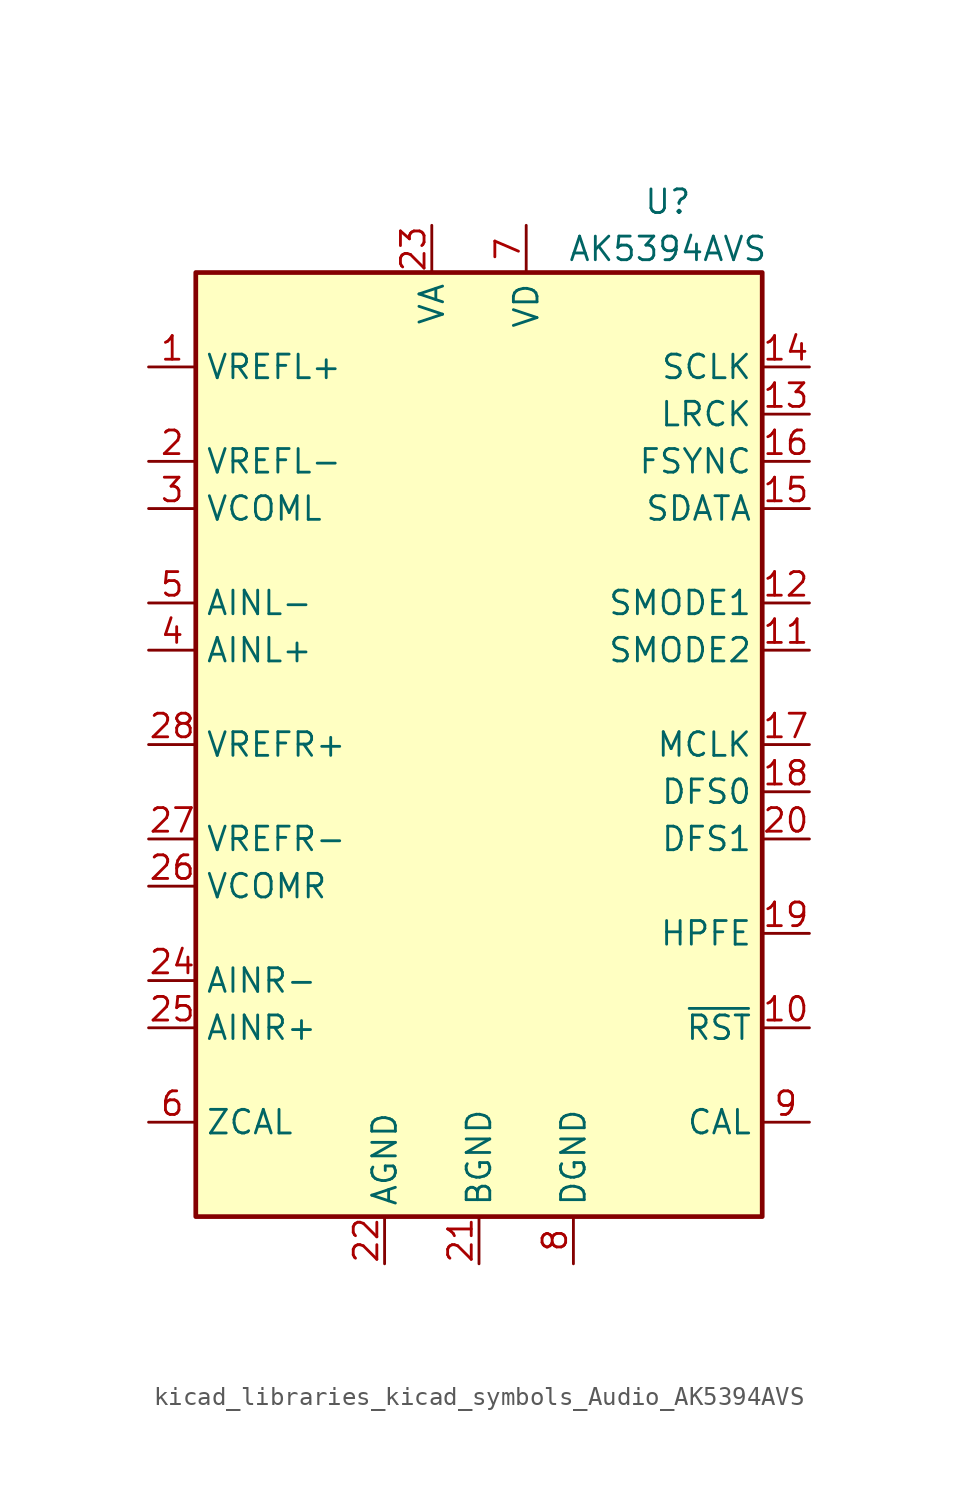
<source format=kicad_sym>
(kicad_symbol_lib
  (version 20220914)
  (generator kicad_symbol_editor)
  (symbol "kicad_libraries_kicad_symbols_Audio_AK5394AVS"
    (property "Reference" "U"
      (at 10.16 29.21 0)
      (effects (font (size 1.27 1.27))))
    (property "Value" "AK5394AVS"
      (at 10.16 26.67 0)
      (effects (font (size 1.27 1.27))))
    (symbol "kicad_libraries_kicad_symbols_Audio_AK5394AVS_0_1"
      (rectangle (start -15.24 25.4) (end 15.24 -25.4) (stroke (width 0.254) (type default)) (fill (type background))))
    (symbol "kicad_libraries_kicad_symbols_Audio_AK5394AVS_1_1"
      (pin output line (at -17.78 20.32 0) (length 2.54) (name "VREFL+" (effects (font (size 1.27 1.27)))) (number "1" (effects (font (size 1.27 1.27)))))
      (pin input line (at 17.78 -15.24 180) (length 2.54) (name "~{RST}" (effects (font (size 1.27 1.27)))) (number "10" (effects (font (size 1.27 1.27)))))
      (pin input line (at 17.78 5.08 180) (length 2.54) (name "SMODE2" (effects (font (size 1.27 1.27)))) (number "11" (effects (font (size 1.27 1.27)))))
      (pin input line (at 17.78 7.62 180) (length 2.54) (name "SMODE1" (effects (font (size 1.27 1.27)))) (number "12" (effects (font (size 1.27 1.27)))))
      (pin bidirectional line (at 17.78 17.78 180) (length 2.54) (name "LRCK" (effects (font (size 1.27 1.27)))) (number "13" (effects (font (size 1.27 1.27)))))
      (pin bidirectional line (at 17.78 20.32 180) (length 2.54) (name "SCLK" (effects (font (size 1.27 1.27)))) (number "14" (effects (font (size 1.27 1.27)))))
      (pin output line (at 17.78 12.7 180) (length 2.54) (name "SDATA" (effects (font (size 1.27 1.27)))) (number "15" (effects (font (size 1.27 1.27)))))
      (pin bidirectional line (at 17.78 15.24 180) (length 2.54) (name "FSYNC" (effects (font (size 1.27 1.27)))) (number "16" (effects (font (size 1.27 1.27)))))
      (pin input line (at 17.78 0 180) (length 2.54) (name "MCLK" (effects (font (size 1.27 1.27)))) (number "17" (effects (font (size 1.27 1.27)))))
      (pin input line (at 17.78 -2.54 180) (length 2.54) (name "DFS0" (effects (font (size 1.27 1.27)))) (number "18" (effects (font (size 1.27 1.27)))))
      (pin input line (at 17.78 -10.16 180) (length 2.54) (name "HPFE" (effects (font (size 1.27 1.27)))) (number "19" (effects (font (size 1.27 1.27)))))
      (pin output line (at -17.78 15.24 0) (length 2.54) (name "VREFL-" (effects (font (size 1.27 1.27)))) (number "2" (effects (font (size 1.27 1.27)))))
      (pin input line (at 17.78 -5.08 180) (length 2.54) (name "DFS1" (effects (font (size 1.27 1.27)))) (number "20" (effects (font (size 1.27 1.27)))))
      (pin power_in line (at 0 -27.94 90) (length 2.54) (name "BGND" (effects (font (size 1.27 1.27)))) (number "21" (effects (font (size 1.27 1.27)))))
      (pin power_in line (at -5.08 -27.94 90) (length 2.54) (name "AGND" (effects (font (size 1.27 1.27)))) (number "22" (effects (font (size 1.27 1.27)))))
      (pin power_in line (at -2.54 27.94 270) (length 2.54) (name "VA" (effects (font (size 1.27 1.27)))) (number "23" (effects (font (size 1.27 1.27)))))
      (pin input line (at -17.78 -12.7 0) (length 2.54) (name "AINR-" (effects (font (size 1.27 1.27)))) (number "24" (effects (font (size 1.27 1.27)))))
      (pin input line (at -17.78 -15.24 0) (length 2.54) (name "AINR+" (effects (font (size 1.27 1.27)))) (number "25" (effects (font (size 1.27 1.27)))))
      (pin output line (at -17.78 -7.62 0) (length 2.54) (name "VCOMR" (effects (font (size 1.27 1.27)))) (number "26" (effects (font (size 1.27 1.27)))))
      (pin output line (at -17.78 -5.08 0) (length 2.54) (name "VREFR-" (effects (font (size 1.27 1.27)))) (number "27" (effects (font (size 1.27 1.27)))))
      (pin output line (at -17.78 0 0) (length 2.54) (name "VREFR+" (effects (font (size 1.27 1.27)))) (number "28" (effects (font (size 1.27 1.27)))))
      (pin output line (at -17.78 12.7 0) (length 2.54) (name "VCOML" (effects (font (size 1.27 1.27)))) (number "3" (effects (font (size 1.27 1.27)))))
      (pin input line (at -17.78 5.08 0) (length 2.54) (name "AINL+" (effects (font (size 1.27 1.27)))) (number "4" (effects (font (size 1.27 1.27)))))
      (pin input line (at -17.78 7.62 0) (length 2.54) (name "AINL-" (effects (font (size 1.27 1.27)))) (number "5" (effects (font (size 1.27 1.27)))))
      (pin input line (at -17.78 -20.32 0) (length 2.54) (name "ZCAL" (effects (font (size 1.27 1.27)))) (number "6" (effects (font (size 1.27 1.27)))))
      (pin power_in line (at 2.54 27.94 270) (length 2.54) (name "VD" (effects (font (size 1.27 1.27)))) (number "7" (effects (font (size 1.27 1.27)))))
      (pin power_in line (at 5.08 -27.94 90) (length 2.54) (name "DGND" (effects (font (size 1.27 1.27)))) (number "8" (effects (font (size 1.27 1.27)))))
      (pin output line (at 17.78 -20.32 180) (length 2.54) (name "CAL" (effects (font (size 1.27 1.27)))) (number "9" (effects (font (size 1.27 1.27))))))))
</source>
